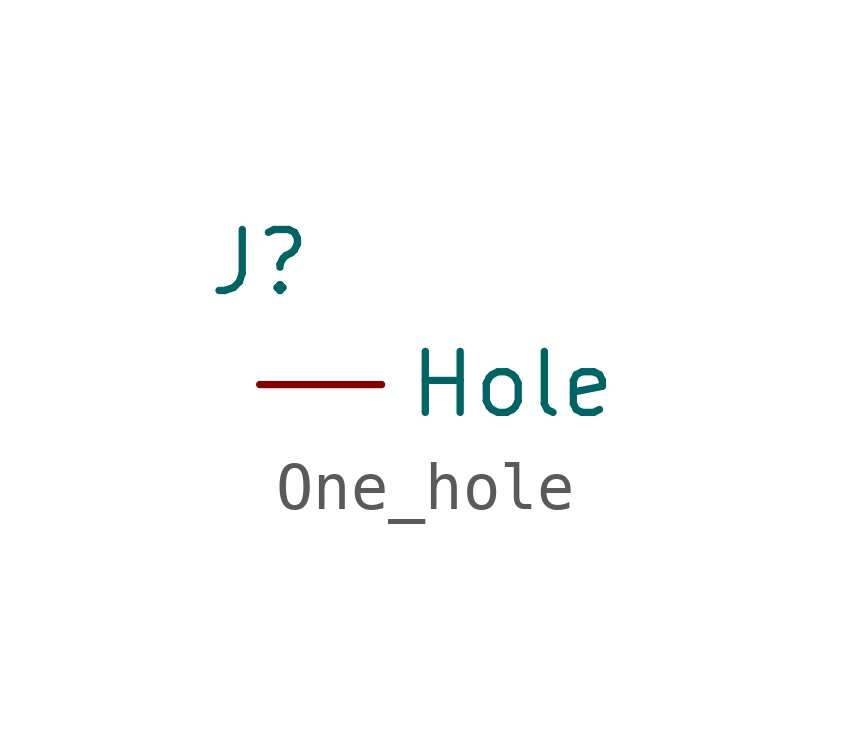
<source format=kicad_sym>
(kicad_symbol_lib
  (version 20220914)
  (generator kicad_symbol_editor)
  (symbol "One_hole"
    (property "Reference" "J"
      (at -2.54 2.54 0)
      (effects (font (size 1.27 1.27))))
    (property "Value" ""
      (at 0 0 0)
      (effects (font (size 1.27 1.27))))
    (symbol "One_hole_1_1"
      (pin input line (at -2.54 0 0) (length 2.54) (name "Hole" (effects (font (size 1.27 1.27)))) (number "" (effects (font (size 1.27 1.27))))))))
</source>
